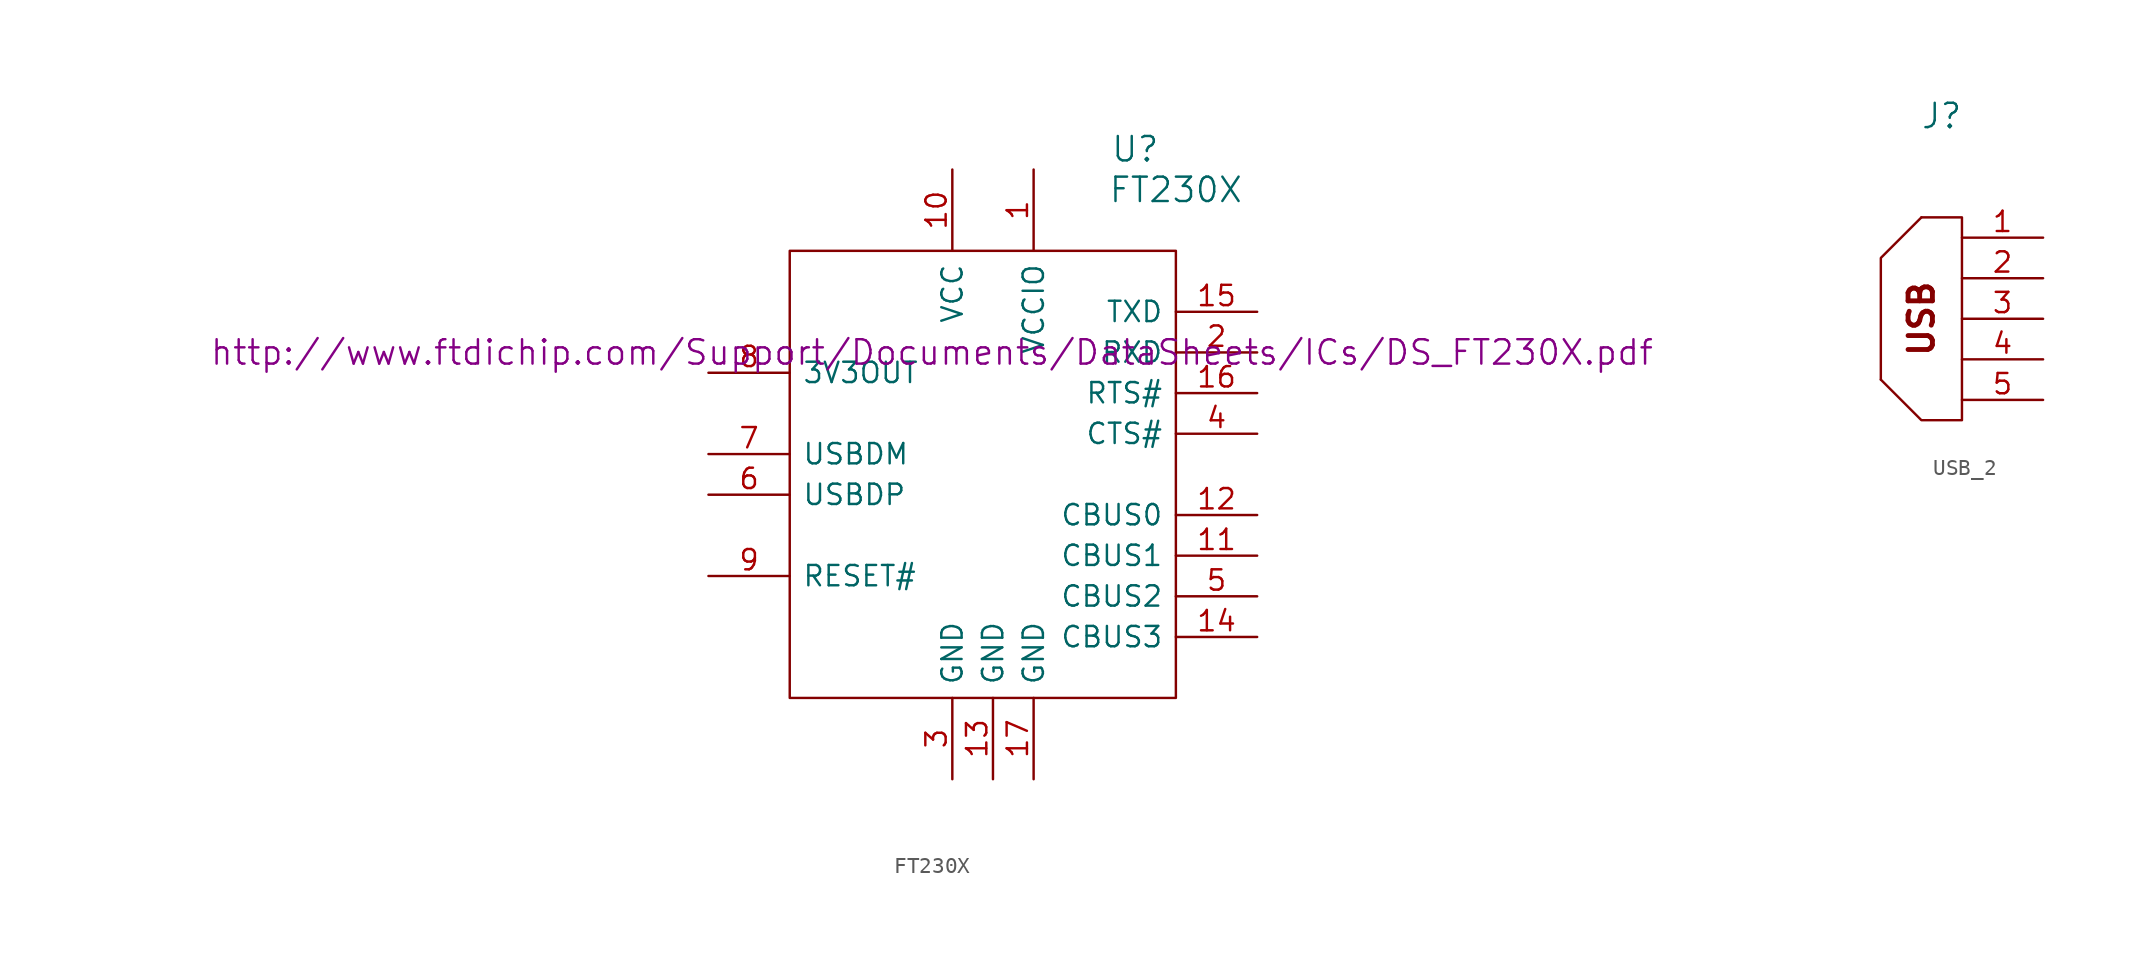
<source format=kicad_sym>
(kicad_symbol_lib
  (version 20211014)
  (generator kicad_symbol_editor)
  (symbol "FT230X"
    (pin_names
      (offset 0.762))
    (property "Reference" "U"
      (at 8.89 20.32 0)
      (effects (font (size 1.524 1.524))))
    (property "Value" "FT230X"
      (at 11.43 17.78 0)
      (effects (font (size 1.524 1.524))))
    (property "Footprint" ""
      (at -3.81 7.62 0)
      (effects (font (size 1.524 1.524))))
    (property "Datasheet" "http://www.ftdichip.com/Support/Documents/DataSheets/ICs/DS_FT230X.pdf"
      (at -3.81 7.62 0)
      (effects (font (size 1.524 1.524))))
    (symbol "FT230X_0_1"
      (rectangle (start -12.7 -13.97) (end 11.43 13.97) (stroke (width 0) (type default) (color 0 0 0 0)) (fill (type none))))
    (symbol "FT230X_1_1"
      (pin input line (at 2.54 19.05 270) (length 5.08) (name "VCCIO" (effects (font (size 1.27 1.27)))) (number "1" (effects (font (size 1.27 1.27)))))
      (pin input line (at -2.54 19.05 270) (length 5.08) (name "VCC" (effects (font (size 1.27 1.27)))) (number "10" (effects (font (size 1.27 1.27)))))
      (pin input line (at 16.51 -5.08 180) (length 5.08) (name "CBUS1" (effects (font (size 1.27 1.27)))) (number "11" (effects (font (size 1.27 1.27)))))
      (pin input line (at 16.51 -2.54 180) (length 5.08) (name "CBUS0" (effects (font (size 1.27 1.27)))) (number "12" (effects (font (size 1.27 1.27)))))
      (pin input line (at 0 -19.05 90) (length 5.08) (name "GND" (effects (font (size 1.27 1.27)))) (number "13" (effects (font (size 1.27 1.27)))))
      (pin input line (at 16.51 -10.16 180) (length 5.08) (name "CBUS3" (effects (font (size 1.27 1.27)))) (number "14" (effects (font (size 1.27 1.27)))))
      (pin input line (at 16.51 10.16 180) (length 5.08) (name "TXD" (effects (font (size 1.27 1.27)))) (number "15" (effects (font (size 1.27 1.27)))))
      (pin input line (at 16.51 5.08 180) (length 5.08) (name "RTS#" (effects (font (size 1.27 1.27)))) (number "16" (effects (font (size 1.27 1.27)))))
      (pin input line (at 2.54 -19.05 90) (length 5.08) (name "GND" (effects (font (size 1.27 1.27)))) (number "17" (effects (font (size 1.27 1.27)))))
      (pin input line (at 16.51 7.62 180) (length 5.08) (name "RXD" (effects (font (size 1.27 1.27)))) (number "2" (effects (font (size 1.27 1.27)))))
      (pin input line (at -2.54 -19.05 90) (length 5.08) (name "GND" (effects (font (size 1.27 1.27)))) (number "3" (effects (font (size 1.27 1.27)))))
      (pin input line (at 16.51 2.54 180) (length 5.08) (name "CTS#" (effects (font (size 1.27 1.27)))) (number "4" (effects (font (size 1.27 1.27)))))
      (pin input line (at 16.51 -7.62 180) (length 5.08) (name "CBUS2" (effects (font (size 1.27 1.27)))) (number "5" (effects (font (size 1.27 1.27)))))
      (pin input line (at -17.78 -1.27 0) (length 5.08) (name "USBDP" (effects (font (size 1.27 1.27)))) (number "6" (effects (font (size 1.27 1.27)))))
      (pin input line (at -17.78 1.27 0) (length 5.08) (name "USBDM" (effects (font (size 1.27 1.27)))) (number "7" (effects (font (size 1.27 1.27)))))
      (pin input line (at -17.78 6.35 0) (length 5.08) (name "3V3OUT" (effects (font (size 1.27 1.27)))) (number "8" (effects (font (size 1.27 1.27)))))
      (pin input line (at -17.78 -6.35 0) (length 5.08) (name "RESET#" (effects (font (size 1.27 1.27)))) (number "9" (effects (font (size 1.27 1.27)))))))
  (symbol "USB_2"
    (pin_names
      (offset 1.016))
    (property "Reference" "J"
      (at -1.27 11.43 0)
      (effects (font (size 1.524 1.524))))
    (property "Footprint" ""
      (at 0 0 0)
      (effects (font (size 1.524 1.524))))
    (property "Datasheet" ""
      (at 0 0 0)
      (effects (font (size 1.524 1.524))))
    (symbol "USB_2_0_0"
      (polyline (pts (xy -2.54 5.08) (xy 0 5.08) (xy 0 -5.08) (xy 0 -7.62) (xy -2.54 -7.62) (xy -5.08 -5.08)) (stroke (width 0) (type default) (color 0 0 0 0)) (fill (type none)))
      (text "USB" (at -2.54 -1.27 900) (effects (font (size 1.524 1.524) bold))))
    (symbol "USB_2_0_1"
      (polyline (pts (xy -2.54 5.08) (xy -5.08 2.54) (xy -5.08 -5.08)) (stroke (width 0) (type default) (color 0 0 0 0)) (fill (type none))))
    (symbol "USB_2_1_1"
      (pin input line (at 5.08 3.81 180) (length 5.08) (name "~" (effects (font (size 1.27 1.27)))) (number "1" (effects (font (size 1.27 1.27)))))
      (pin input line (at 5.08 1.27 180) (length 5.08) (name "~" (effects (font (size 1.27 1.27)))) (number "2" (effects (font (size 1.27 1.27)))))
      (pin input line (at 5.08 -1.27 180) (length 5.08) (name "~" (effects (font (size 1.27 1.27)))) (number "3" (effects (font (size 1.27 1.27)))))
      (pin input line (at 5.08 -3.81 180) (length 5.08) (name "~" (effects (font (size 1.27 1.27)))) (number "4" (effects (font (size 1.27 1.27)))))
      (pin input line (at 5.08 -6.35 180) (length 5.08) (name "~" (effects (font (size 1.27 1.27)))) (number "5" (effects (font (size 1.27 1.27))))))))
</source>
